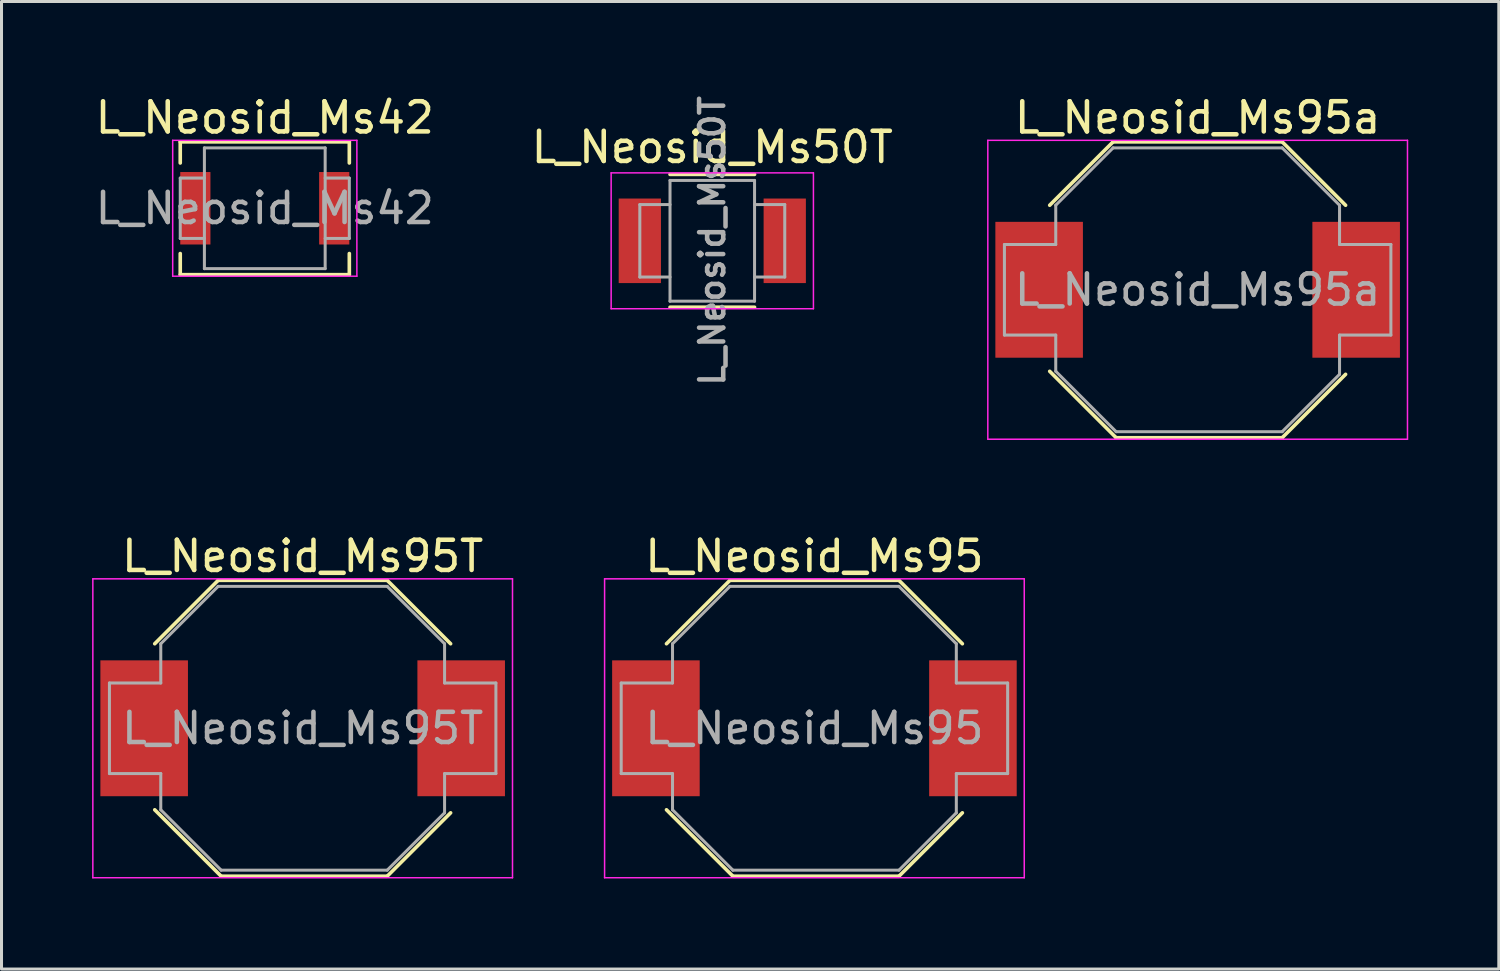
<source format=kicad_pcb>
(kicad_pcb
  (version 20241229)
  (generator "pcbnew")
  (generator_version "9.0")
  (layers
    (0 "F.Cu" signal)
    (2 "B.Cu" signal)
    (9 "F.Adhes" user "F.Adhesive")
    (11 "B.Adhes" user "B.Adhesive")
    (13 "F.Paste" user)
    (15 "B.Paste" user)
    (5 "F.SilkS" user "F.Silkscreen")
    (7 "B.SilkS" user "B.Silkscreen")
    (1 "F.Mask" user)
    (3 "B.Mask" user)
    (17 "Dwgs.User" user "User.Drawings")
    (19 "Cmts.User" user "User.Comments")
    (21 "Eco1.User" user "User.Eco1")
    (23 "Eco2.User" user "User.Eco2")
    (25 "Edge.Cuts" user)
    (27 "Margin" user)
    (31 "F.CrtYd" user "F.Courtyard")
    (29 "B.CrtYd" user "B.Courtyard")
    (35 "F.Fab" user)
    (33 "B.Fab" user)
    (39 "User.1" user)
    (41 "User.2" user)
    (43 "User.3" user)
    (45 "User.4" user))
  (footprint "L_Neosid_Ms95"
    (layer "F.Cu")
    (at 23.925 21.072)
    (property "Reference" "L_Neosid_Ms95" (at 0 -5.7 0) (layer "F.SilkS") (effects (font (size 1 1) (thickness 0.15))))
    (attr smd)
    (fp_line (start -4.9 -2.8) (end -2.8 -4.9) (stroke (width 0.12) (type solid)) (layer "F.SilkS"))
    (fp_line (start -2.8 -4.9) (end 2.8 -4.9) (stroke (width 0.12) (type solid)) (layer "F.SilkS"))
    (fp_line (start -2.7 4.9) (end -4.9 2.7) (stroke (width 0.12) (type solid)) (layer "F.SilkS"))
    (fp_line (start -2.7 4.9) (end 2.8 4.9) (stroke (width 0.12) (type solid)) (layer "F.SilkS"))
    (fp_line (start 2.8 -4.9) (end 4.9 -2.8) (stroke (width 0.12) (type solid)) (layer "F.SilkS"))
    (fp_line (start 2.8 4.9) (end 4.9 2.8) (stroke (width 0.12) (type solid)) (layer "F.SilkS"))
    (fp_line (start -6.95 -4.95) (end -6.95 4.95) (stroke (width 0.05) (type solid)) (layer "F.CrtYd"))
    (fp_line (start -6.95 -4.95) (end 6.95 -4.95) (stroke (width 0.05) (type solid)) (layer "F.CrtYd"))
    (fp_line (start 6.95 4.95) (end -6.95 4.95) (stroke (width 0.05) (type solid)) (layer "F.CrtYd"))
    (fp_line (start 6.95 4.95) (end 6.95 -4.95) (stroke (width 0.05) (type solid)) (layer "F.CrtYd"))
    (fp_line (start -6.4 -1.5) (end -6.4 1.5) (stroke (width 0.1) (type solid)) (layer "F.Fab"))
    (fp_line (start -6.4 -1.5) (end -4.7 -1.5) (stroke (width 0.1) (type solid)) (layer "F.Fab"))
    (fp_line (start -6.4 1.5) (end -4.7 1.5) (stroke (width 0.1) (type solid)) (layer "F.Fab"))
    (fp_line (start -4.7 -1.5) (end -4.7 -2.8) (stroke (width 0.1) (type solid)) (layer "F.Fab"))
    (fp_line (start -4.7 1.5) (end -4.7 2.7) (stroke (width 0.1) (type solid)) (layer "F.Fab"))
    (fp_line (start -4.7 2.7) (end -2.7 4.7) (stroke (width 0.1) (type solid)) (layer "F.Fab"))
    (fp_line (start -2.8 -4.7) (end -4.7 -2.8) (stroke (width 0.1) (type solid)) (layer "F.Fab"))
    (fp_line (start 2.8 -4.7) (end -2.8 -4.7) (stroke (width 0.1) (type solid)) (layer "F.Fab"))
    (fp_line (start 2.8 4.7) (end -2.7 4.7) (stroke (width 0.1) (type solid)) (layer "F.Fab"))
    (fp_line (start 4.7 -2.8) (end 2.8 -4.7) (stroke (width 0.1) (type solid)) (layer "F.Fab"))
    (fp_line (start 4.7 -1.5) (end 4.7 -2.8) (stroke (width 0.1) (type solid)) (layer "F.Fab"))
    (fp_line (start 4.7 1.5) (end 6.4 1.5) (stroke (width 0.1) (type solid)) (layer "F.Fab"))
    (fp_line (start 4.7 2.8) (end 2.8 4.7) (stroke (width 0.1) (type solid)) (layer "F.Fab"))
    (fp_line (start 4.7 2.8) (end 4.7 1.5) (stroke (width 0.1) (type solid)) (layer "F.Fab"))
    (fp_line (start 6.4 -1.5) (end 4.7 -1.5) (stroke (width 0.1) (type solid)) (layer "F.Fab"))
    (fp_line (start 6.4 1.5) (end 6.4 -1.5) (stroke (width 0.1) (type solid)) (layer "F.Fab"))
    (fp_text user "${REFERENCE}" (at 0 0 0) (layer "F.Fab") (effects (font (size 1 1) (thickness 0.15))))
    (pad "1" smd rect (at -5.25 0) (size 2.9 4.5) (layers "F.Cu" "F.Mask" "F.Paste"))
    (pad "2" smd rect (at 5.25 0) (size 2.9 4.5) (layers "F.Cu" "F.Mask" "F.Paste")))
  (footprint "L_Neosid_Ms95T"
    (layer "F.Cu")
    (at 6.975 21.072)
    (property "Reference" "L_Neosid_Ms95T" (at 0 -5.7 0) (layer "F.SilkS") (effects (font (size 1 1) (thickness 0.15))))
    (attr smd)
    (fp_line (start -4.9 -2.8) (end -2.8 -4.9) (stroke (width 0.12) (type solid)) (layer "F.SilkS"))
    (fp_line (start -2.8 -4.9) (end 2.8 -4.9) (stroke (width 0.12) (type solid)) (layer "F.SilkS"))
    (fp_line (start -2.7 4.9) (end -4.9 2.7) (stroke (width 0.12) (type solid)) (layer "F.SilkS"))
    (fp_line (start -2.7 4.9) (end 2.8 4.9) (stroke (width 0.12) (type solid)) (layer "F.SilkS"))
    (fp_line (start 2.8 -4.9) (end 4.9 -2.8) (stroke (width 0.12) (type solid)) (layer "F.SilkS"))
    (fp_line (start 2.8 4.9) (end 4.9 2.8) (stroke (width 0.12) (type solid)) (layer "F.SilkS"))
    (fp_line (start -6.95 -4.95) (end -6.95 4.95) (stroke (width 0.05) (type solid)) (layer "F.CrtYd"))
    (fp_line (start -6.95 -4.95) (end 6.95 -4.95) (stroke (width 0.05) (type solid)) (layer "F.CrtYd"))
    (fp_line (start 6.95 4.95) (end -6.95 4.95) (stroke (width 0.05) (type solid)) (layer "F.CrtYd"))
    (fp_line (start 6.95 4.95) (end 6.95 -4.95) (stroke (width 0.05) (type solid)) (layer "F.CrtYd"))
    (fp_line (start -6.4 -1.5) (end -6.4 1.5) (stroke (width 0.1) (type solid)) (layer "F.Fab"))
    (fp_line (start -6.4 -1.5) (end -4.7 -1.5) (stroke (width 0.1) (type solid)) (layer "F.Fab"))
    (fp_line (start -6.4 1.5) (end -4.7 1.5) (stroke (width 0.1) (type solid)) (layer "F.Fab"))
    (fp_line (start -4.7 -1.5) (end -4.7 -2.8) (stroke (width 0.1) (type solid)) (layer "F.Fab"))
    (fp_line (start -4.7 1.5) (end -4.7 2.7) (stroke (width 0.1) (type solid)) (layer "F.Fab"))
    (fp_line (start -4.7 2.7) (end -2.7 4.7) (stroke (width 0.1) (type solid)) (layer "F.Fab"))
    (fp_line (start -2.8 -4.7) (end -4.7 -2.8) (stroke (width 0.1) (type solid)) (layer "F.Fab"))
    (fp_line (start 2.8 -4.7) (end -2.8 -4.7) (stroke (width 0.1) (type solid)) (layer "F.Fab"))
    (fp_line (start 2.8 4.7) (end -2.7 4.7) (stroke (width 0.1) (type solid)) (layer "F.Fab"))
    (fp_line (start 4.7 -2.8) (end 2.8 -4.7) (stroke (width 0.1) (type solid)) (layer "F.Fab"))
    (fp_line (start 4.7 -1.5) (end 4.7 -2.8) (stroke (width 0.1) (type solid)) (layer "F.Fab"))
    (fp_line (start 4.7 1.5) (end 6.4 1.5) (stroke (width 0.1) (type solid)) (layer "F.Fab"))
    (fp_line (start 4.7 2.8) (end 2.8 4.7) (stroke (width 0.1) (type solid)) (layer "F.Fab"))
    (fp_line (start 4.7 2.8) (end 4.7 1.5) (stroke (width 0.1) (type solid)) (layer "F.Fab"))
    (fp_line (start 6.4 -1.5) (end 4.7 -1.5) (stroke (width 0.1) (type solid)) (layer "F.Fab"))
    (fp_line (start 6.4 1.5) (end 6.4 -1.5) (stroke (width 0.1) (type solid)) (layer "F.Fab"))
    (fp_text user "${REFERENCE}" (at 0 0 0) (layer "F.Fab") (effects (font (size 1 1) (thickness 0.15))))
    (pad "1" smd rect (at -5.25 0) (size 2.9 4.5) (layers "F.Cu" "F.Mask" "F.Paste"))
    (pad "2" smd rect (at 5.25 0) (size 2.9 4.5) (layers "F.Cu" "F.Mask" "F.Paste")))
  (footprint "L_Neosid_Ms95a"
    (layer "F.Cu")
    (at 36.618 6.548)
    (property "Reference" "L_Neosid_Ms95a" (at 0 -5.7 0) (layer "F.SilkS") (effects (font (size 1 1) (thickness 0.15))))
    (attr smd)
    (fp_line (start -4.9 -2.8) (end -2.8 -4.9) (stroke (width 0.12) (type solid)) (layer "F.SilkS"))
    (fp_line (start -2.8 -4.9) (end 2.8 -4.9) (stroke (width 0.12) (type solid)) (layer "F.SilkS"))
    (fp_line (start -2.7 4.9) (end -4.9 2.7) (stroke (width 0.12) (type solid)) (layer "F.SilkS"))
    (fp_line (start -2.7 4.9) (end 2.8 4.9) (stroke (width 0.12) (type solid)) (layer "F.SilkS"))
    (fp_line (start 2.8 -4.9) (end 4.9 -2.8) (stroke (width 0.12) (type solid)) (layer "F.SilkS"))
    (fp_line (start 2.8 4.9) (end 4.9 2.8) (stroke (width 0.12) (type solid)) (layer "F.SilkS"))
    (fp_line (start -6.95 -4.95) (end -6.95 4.95) (stroke (width 0.05) (type solid)) (layer "F.CrtYd"))
    (fp_line (start -6.95 -4.95) (end 6.95 -4.95) (stroke (width 0.05) (type solid)) (layer "F.CrtYd"))
    (fp_line (start 6.95 4.95) (end -6.95 4.95) (stroke (width 0.05) (type solid)) (layer "F.CrtYd"))
    (fp_line (start 6.95 4.95) (end 6.95 -4.95) (stroke (width 0.05) (type solid)) (layer "F.CrtYd"))
    (fp_line (start -6.4 -1.5) (end -6.4 1.5) (stroke (width 0.1) (type solid)) (layer "F.Fab"))
    (fp_line (start -6.4 -1.5) (end -4.7 -1.5) (stroke (width 0.1) (type solid)) (layer "F.Fab"))
    (fp_line (start -6.4 1.5) (end -4.7 1.5) (stroke (width 0.1) (type solid)) (layer "F.Fab"))
    (fp_line (start -4.7 -1.5) (end -4.7 -2.8) (stroke (width 0.1) (type solid)) (layer "F.Fab"))
    (fp_line (start -4.7 1.5) (end -4.7 2.7) (stroke (width 0.1) (type solid)) (layer "F.Fab"))
    (fp_line (start -4.7 2.7) (end -2.7 4.7) (stroke (width 0.1) (type solid)) (layer "F.Fab"))
    (fp_line (start -2.8 -4.7) (end -4.7 -2.8) (stroke (width 0.1) (type solid)) (layer "F.Fab"))
    (fp_line (start 2.8 -4.7) (end -2.8 -4.7) (stroke (width 0.1) (type solid)) (layer "F.Fab"))
    (fp_line (start 2.8 4.7) (end -2.7 4.7) (stroke (width 0.1) (type solid)) (layer "F.Fab"))
    (fp_line (start 4.7 -2.8) (end 2.8 -4.7) (stroke (width 0.1) (type solid)) (layer "F.Fab"))
    (fp_line (start 4.7 -1.5) (end 4.7 -2.8) (stroke (width 0.1) (type solid)) (layer "F.Fab"))
    (fp_line (start 4.7 1.5) (end 6.4 1.5) (stroke (width 0.1) (type solid)) (layer "F.Fab"))
    (fp_line (start 4.7 2.8) (end 2.8 4.7) (stroke (width 0.1) (type solid)) (layer "F.Fab"))
    (fp_line (start 4.7 2.8) (end 4.7 1.5) (stroke (width 0.1) (type solid)) (layer "F.Fab"))
    (fp_line (start 6.4 -1.5) (end 4.7 -1.5) (stroke (width 0.1) (type solid)) (layer "F.Fab"))
    (fp_line (start 6.4 1.5) (end 6.4 -1.5) (stroke (width 0.1) (type solid)) (layer "F.Fab"))
    (fp_text user "${REFERENCE}" (at 0 0 0) (layer "F.Fab") (effects (font (size 1 1) (thickness 0.15))))
    (pad "1" smd rect (at -5.25 0) (size 2.9 4.5) (layers "F.Cu" "F.Mask" "F.Paste"))
    (pad "2" smd rect (at 5.25 0) (size 2.9 4.5) (layers "F.Cu" "F.Mask" "F.Paste")))
  (footprint "L_Neosid_Ms42"
    (layer "F.Cu")
    (at 5.72 3.848)
    (property "Reference" "L_Neosid_Ms42" (at 0 -3 0) (layer "F.SilkS") (effects (font (size 1 1) (thickness 0.15))))
    (attr smd)
    (fp_line (start -2.8 -2.2) (end -2.8 -1.5) (stroke (width 0.12) (type solid)) (layer "F.SilkS"))
    (fp_line (start -2.8 2.2) (end -2.8 1.5) (stroke (width 0.12) (type solid)) (layer "F.SilkS"))
    (fp_line (start 2.8 -2.2) (end -2.8 -2.2) (stroke (width 0.12) (type solid)) (layer "F.SilkS"))
    (fp_line (start 2.8 -2.2) (end 2.8 -1.5) (stroke (width 0.12) (type solid)) (layer "F.SilkS"))
    (fp_line (start 2.8 1.5) (end 2.8 2.2) (stroke (width 0.12) (type solid)) (layer "F.SilkS"))
    (fp_line (start 2.8 2.2) (end -2.8 2.2) (stroke (width 0.12) (type solid)) (layer "F.SilkS"))
    (fp_line (start -3.05 -2.25) (end -3.05 2.25) (stroke (width 0.05) (type solid)) (layer "F.CrtYd"))
    (fp_line (start -3.05 -2.25) (end 3.05 -2.25) (stroke (width 0.05) (type solid)) (layer "F.CrtYd"))
    (fp_line (start 3.05 2.25) (end -3.05 2.25) (stroke (width 0.05) (type solid)) (layer "F.CrtYd"))
    (fp_line (start 3.05 2.25) (end 3.05 -2.25) (stroke (width 0.05) (type solid)) (layer "F.CrtYd"))
    (fp_line (start -2.8 -1) (end -2 -1) (stroke (width 0.1) (type solid)) (layer "F.Fab"))
    (fp_line (start -2.8 1) (end -2.8 -1) (stroke (width 0.1) (type solid)) (layer "F.Fab"))
    (fp_line (start -2 -2) (end 2 -2) (stroke (width 0.1) (type solid)) (layer "F.Fab"))
    (fp_line (start -2 1) (end -2.8 1) (stroke (width 0.1) (type solid)) (layer "F.Fab"))
    (fp_line (start -2 2) (end -2 -2) (stroke (width 0.1) (type solid)) (layer "F.Fab"))
    (fp_line (start 2 -2) (end 2 2) (stroke (width 0.1) (type solid)) (layer "F.Fab"))
    (fp_line (start 2 -1) (end 2.8 -1) (stroke (width 0.1) (type solid)) (layer "F.Fab"))
    (fp_line (start 2 2) (end -2 2) (stroke (width 0.1) (type solid)) (layer "F.Fab"))
    (fp_line (start 2.8 -1) (end 2.8 1) (stroke (width 0.1) (type solid)) (layer "F.Fab"))
    (fp_line (start 2.8 1) (end 2 1) (stroke (width 0.1) (type solid)) (layer "F.Fab"))
    (fp_text user "${REFERENCE}" (at 0 0 0) (layer "F.Fab") (effects (font (size 1 1) (thickness 0.15))))
    (pad "1" smd rect (at -2.3 0) (size 1 2.4) (layers "F.Cu" "F.Mask" "F.Paste"))
    (pad "2" smd rect (at 2.3 0) (size 1 2.4) (layers "F.Cu" "F.Mask" "F.Paste")))
  (footprint "L_Neosid_Ms50T"
    (layer "F.Cu")
    (at 20.542 4.926)
    (property "Reference" "L_Neosid_Ms50T" (at 0 -3.1 0) (layer "F.SilkS") (effects (font (size 1 1) (thickness 0.15))))
    (attr smd)
    (fp_line (start -1.4 2.2) (end 1.4 2.2) (stroke (width 0.12) (type solid)) (layer "F.SilkS"))
    (fp_line (start 1.4 -2.2) (end -1.4 -2.2) (stroke (width 0.12) (type solid)) (layer "F.SilkS"))
    (fp_line (start -3.35 -2.25) (end -3.35 2.25) (stroke (width 0.05) (type solid)) (layer "F.CrtYd"))
    (fp_line (start -3.35 -2.25) (end 3.35 -2.25) (stroke (width 0.05) (type solid)) (layer "F.CrtYd"))
    (fp_line (start 3.35 2.25) (end -3.35 2.25) (stroke (width 0.05) (type solid)) (layer "F.CrtYd"))
    (fp_line (start 3.35 2.25) (end 3.35 -2.25) (stroke (width 0.05) (type solid)) (layer "F.CrtYd"))
    (fp_line (start -2.4 -1.2) (end -2.4 1.2) (stroke (width 0.1) (type solid)) (layer "F.Fab"))
    (fp_line (start -2.4 -1.2) (end -1.4 -1.2) (stroke (width 0.1) (type solid)) (layer "F.Fab"))
    (fp_line (start -2.4 1.2) (end -1.4 1.2) (stroke (width 0.1) (type solid)) (layer "F.Fab"))
    (fp_line (start -1.4 -2) (end -1.4 2) (stroke (width 0.1) (type solid)) (layer "F.Fab"))
    (fp_line (start -1.4 2) (end 1.4 2) (stroke (width 0.1) (type solid)) (layer "F.Fab"))
    (fp_line (start 1.4 -2) (end -1.4 -2) (stroke (width 0.1) (type solid)) (layer "F.Fab"))
    (fp_line (start 1.4 1.2) (end 2.4 1.2) (stroke (width 0.1) (type solid)) (layer "F.Fab"))
    (fp_line (start 1.4 2) (end 1.4 -2) (stroke (width 0.1) (type solid)) (layer "F.Fab"))
    (fp_line (start 2.4 -1.2) (end 1.4 -1.2) (stroke (width 0.1) (type solid)) (layer "F.Fab"))
    (fp_line (start 2.4 1.2) (end 2.4 -1.2) (stroke (width 0.1) (type solid)) (layer "F.Fab"))
    (fp_text user "${REFERENCE}" (at 0 0 90) (layer "F.Fab") (effects (font (size 0.8 0.8) (thickness 0.15))))
    (pad "1" smd rect (at -2.4 0) (size 1.4 2.8) (layers "F.Cu" "F.Mask" "F.Paste"))
    (pad "2" smd rect (at 2.4 0) (size 1.4 2.8) (layers "F.Cu" "F.Mask" "F.Paste")))
  (gr_rect
    (start -3 -3)
    (end 46.593 29.047)
    (stroke (width 0.1) (type default))
    (fill no)
    (layer "Edge.Cuts")))
</source>
